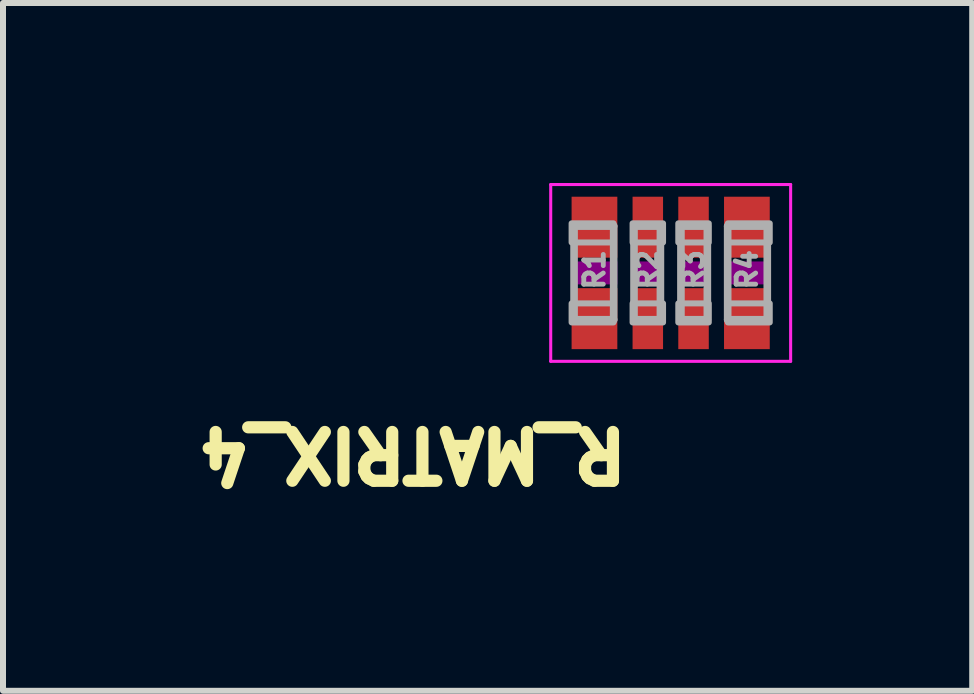
<source format=kicad_pcb>
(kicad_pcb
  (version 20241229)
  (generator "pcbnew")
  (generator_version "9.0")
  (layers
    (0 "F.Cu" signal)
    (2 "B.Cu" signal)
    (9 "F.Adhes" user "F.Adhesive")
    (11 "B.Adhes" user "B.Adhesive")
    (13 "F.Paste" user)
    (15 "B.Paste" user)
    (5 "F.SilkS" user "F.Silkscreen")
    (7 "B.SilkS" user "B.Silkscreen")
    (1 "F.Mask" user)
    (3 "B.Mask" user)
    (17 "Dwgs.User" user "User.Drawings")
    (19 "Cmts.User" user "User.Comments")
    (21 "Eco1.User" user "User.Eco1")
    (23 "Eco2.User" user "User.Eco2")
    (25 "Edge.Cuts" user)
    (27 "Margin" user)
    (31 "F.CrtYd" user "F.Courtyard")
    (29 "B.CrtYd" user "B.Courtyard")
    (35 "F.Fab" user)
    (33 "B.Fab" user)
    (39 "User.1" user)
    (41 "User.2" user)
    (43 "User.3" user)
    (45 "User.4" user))
  (footprint "R_MATRIX_4"
    (layer "F.Cu")
    (at 8.126 1.498)
    (property "Reference" "R_MATRIX_4" (at -0.635 2.54 180) (unlocked yes) (layer "F.SilkS") (effects (font (size 0.813 0.813) (thickness 0.203)) (justify left bottom)))
    (fp_poly (pts (xy -0.889 0.191) (xy -0.889 -0.191) (xy -1.651 -0.191) (xy -1.651 0.191)) (stroke (width 0) (type default)) (fill yes) (layer "F.Adhes"))
    (fp_poly (pts (xy -0.127 0.191) (xy -0.127 -0.191) (xy -0.635 -0.191) (xy -0.635 0.191)) (stroke (width 0) (type default)) (fill yes) (layer "F.Adhes"))
    (fp_poly (pts (xy 0.635 0.191) (xy 0.635 -0.191) (xy 0.127 -0.191) (xy 0.127 0.191)) (stroke (width 0) (type default)) (fill yes) (layer "F.Adhes"))
    (fp_poly (pts (xy 1.651 0.191) (xy 1.651 -0.191) (xy 0.889 -0.191) (xy 0.889 0.191)) (stroke (width 0) (type default)) (fill yes) (layer "F.Adhes"))
    (fp_line (start -1.999 -1.473) (end 1.999 -1.473) (stroke (width 0.051) (type solid)) (layer "F.CrtYd"))
    (fp_line (start -1.999 1.473) (end -1.999 -1.473) (stroke (width 0.051) (type solid)) (layer "F.CrtYd"))
    (fp_line (start 1.999 -1.473) (end 1.999 1.473) (stroke (width 0.051) (type solid)) (layer "F.CrtYd"))
    (fp_line (start 1.999 1.473) (end -1.999 1.473) (stroke (width 0.051) (type solid)) (layer "F.CrtYd"))
    (fp_line (start -1.61 -0.78) (end -0.95 -0.78) (stroke (width 0.127) (type solid)) (layer "F.Fab"))
    (fp_line (start -1.61 0.78) (end -1.61 -0.78) (stroke (width 0.127) (type solid)) (layer "F.Fab"))
    (fp_line (start -0.95 -0.78) (end -0.95 0.78) (stroke (width 0.127) (type solid)) (layer "F.Fab"))
    (fp_line (start -0.95 0.78) (end -1.61 0.78) (stroke (width 0.127) (type solid)) (layer "F.Fab"))
    (fp_line (start -0.611 -0.78) (end -0.171 -0.78) (stroke (width 0.127) (type solid)) (layer "F.Fab"))
    (fp_line (start -0.611 0.78) (end -0.611 -0.78) (stroke (width 0.127) (type solid)) (layer "F.Fab"))
    (fp_line (start -0.171 -0.78) (end -0.171 0.78) (stroke (width 0.127) (type solid)) (layer "F.Fab"))
    (fp_line (start -0.171 0.78) (end -0.611 0.78) (stroke (width 0.127) (type solid)) (layer "F.Fab"))
    (fp_line (start 0.171 -0.78) (end 0.611 -0.78) (stroke (width 0.127) (type solid)) (layer "F.Fab"))
    (fp_line (start 0.171 0.78) (end 0.171 -0.78) (stroke (width 0.127) (type solid)) (layer "F.Fab"))
    (fp_line (start 0.611 -0.78) (end 0.611 0.78) (stroke (width 0.127) (type solid)) (layer "F.Fab"))
    (fp_line (start 0.611 0.78) (end 0.171 0.78) (stroke (width 0.127) (type solid)) (layer "F.Fab"))
    (fp_line (start 0.95 -0.78) (end 1.61 -0.78) (stroke (width 0.127) (type solid)) (layer "F.Fab"))
    (fp_line (start 0.95 0.78) (end 0.95 -0.78) (stroke (width 0.127) (type solid)) (layer "F.Fab"))
    (fp_line (start 1.61 -0.78) (end 1.61 0.78) (stroke (width 0.127) (type solid)) (layer "F.Fab"))
    (fp_line (start 1.61 0.78) (end 0.95 0.78) (stroke (width 0.127) (type solid)) (layer "F.Fab"))
    (fp_poly (pts (xy -0.953 -0.508) (xy -0.953 -0.826) (xy -1.651 -0.826) (xy -1.651 -0.508)) (stroke (width 0.1) (type default)) (fill no) (layer "F.Fab"))
    (fp_poly (pts (xy -0.953 0.825) (xy -0.953 0.508) (xy -1.651 0.508) (xy -1.651 0.825)) (stroke (width 0.1) (type default)) (fill no) (layer "F.Fab"))
    (fp_poly (pts (xy -0.127 -0.508) (xy -0.127 -0.826) (xy -0.635 -0.826) (xy -0.635 -0.508)) (stroke (width 0.1) (type default)) (fill no) (layer "F.Fab"))
    (fp_poly (pts (xy -0.127 0.825) (xy -0.127 0.508) (xy -0.635 0.508) (xy -0.635 0.825)) (stroke (width 0.1) (type default)) (fill no) (layer "F.Fab"))
    (fp_poly (pts (xy 0.635 -0.508) (xy 0.635 -0.826) (xy 0.127 -0.826) (xy 0.127 -0.508)) (stroke (width 0.1) (type default)) (fill no) (layer "F.Fab"))
    (fp_poly (pts (xy 0.635 0.825) (xy 0.635 0.508) (xy 0.127 0.508) (xy 0.127 0.825)) (stroke (width 0.1) (type default)) (fill no) (layer "F.Fab"))
    (fp_poly (pts (xy 1.651 -0.508) (xy 1.651 -0.826) (xy 0.953 -0.826) (xy 0.953 -0.508)) (stroke (width 0.1) (type default)) (fill no) (layer "F.Fab"))
    (fp_poly (pts (xy 1.651 0.825) (xy 1.651 0.508) (xy 0.953 0.508) (xy 0.953 0.825)) (stroke (width 0.1) (type default)) (fill no) (layer "F.Fab"))
    (fp_text user "R1" (at -1.079 0.318 270) (layer "F.Fab") (effects (font (size 0.325 0.325) (thickness 0.081)) (justify left bottom)))
    (fp_text user "R4" (at 1.46 0.318 270) (layer "F.Fab") (effects (font (size 0.325 0.325) (thickness 0.081)) (justify left bottom)))
    (fp_text user "R3" (at 0.572 0.318 270) (layer "F.Fab") (effects (font (size 0.325 0.325) (thickness 0.081)) (justify left bottom)))
    (fp_text user "R2" (at -0.191 0.318 270) (layer "F.Fab") (effects (font (size 0.325 0.325) (thickness 0.081)) (justify left bottom)))
    (pad "1.1" smd rect (at -1.27 0.762 270) (size 1.016 0.762) (layers "F.Cu" "F.Mask" "F.Paste"))
    (pad "1.2" smd rect (at -1.27 -0.762 270) (size 1.016 0.762) (layers "F.Cu" "F.Mask" "F.Paste"))
    (pad "2.1" smd rect (at -0.381 0.762 270) (size 1.016 0.508) (layers "F.Cu" "F.Mask" "F.Paste"))
    (pad "2.2" smd rect (at -0.381 -0.762 270) (size 1.016 0.508) (layers "F.Cu" "F.Mask" "F.Paste"))
    (pad "3.1" smd rect (at 0.381 0.762 90) (size 1.016 0.508) (layers "F.Cu" "F.Mask" "F.Paste"))
    (pad "3.2" smd rect (at 0.381 -0.762 90) (size 1.016 0.508) (layers "F.Cu" "F.Mask" "F.Paste"))
    (pad "4.1" smd rect (at 1.27 0.762 90) (size 1.016 0.762) (layers "F.Cu" "F.Mask" "F.Paste"))
    (pad "4.2" smd rect (at 1.27 -0.762 90) (size 1.016 0.762) (layers "F.Cu" "F.Mask" "F.Paste")))
  (gr_rect
    (start -3 -3)
    (end 13.151 8.461)
    (stroke (width 0.1) (type default))
    (fill no)
    (layer "Edge.Cuts")))
</source>
